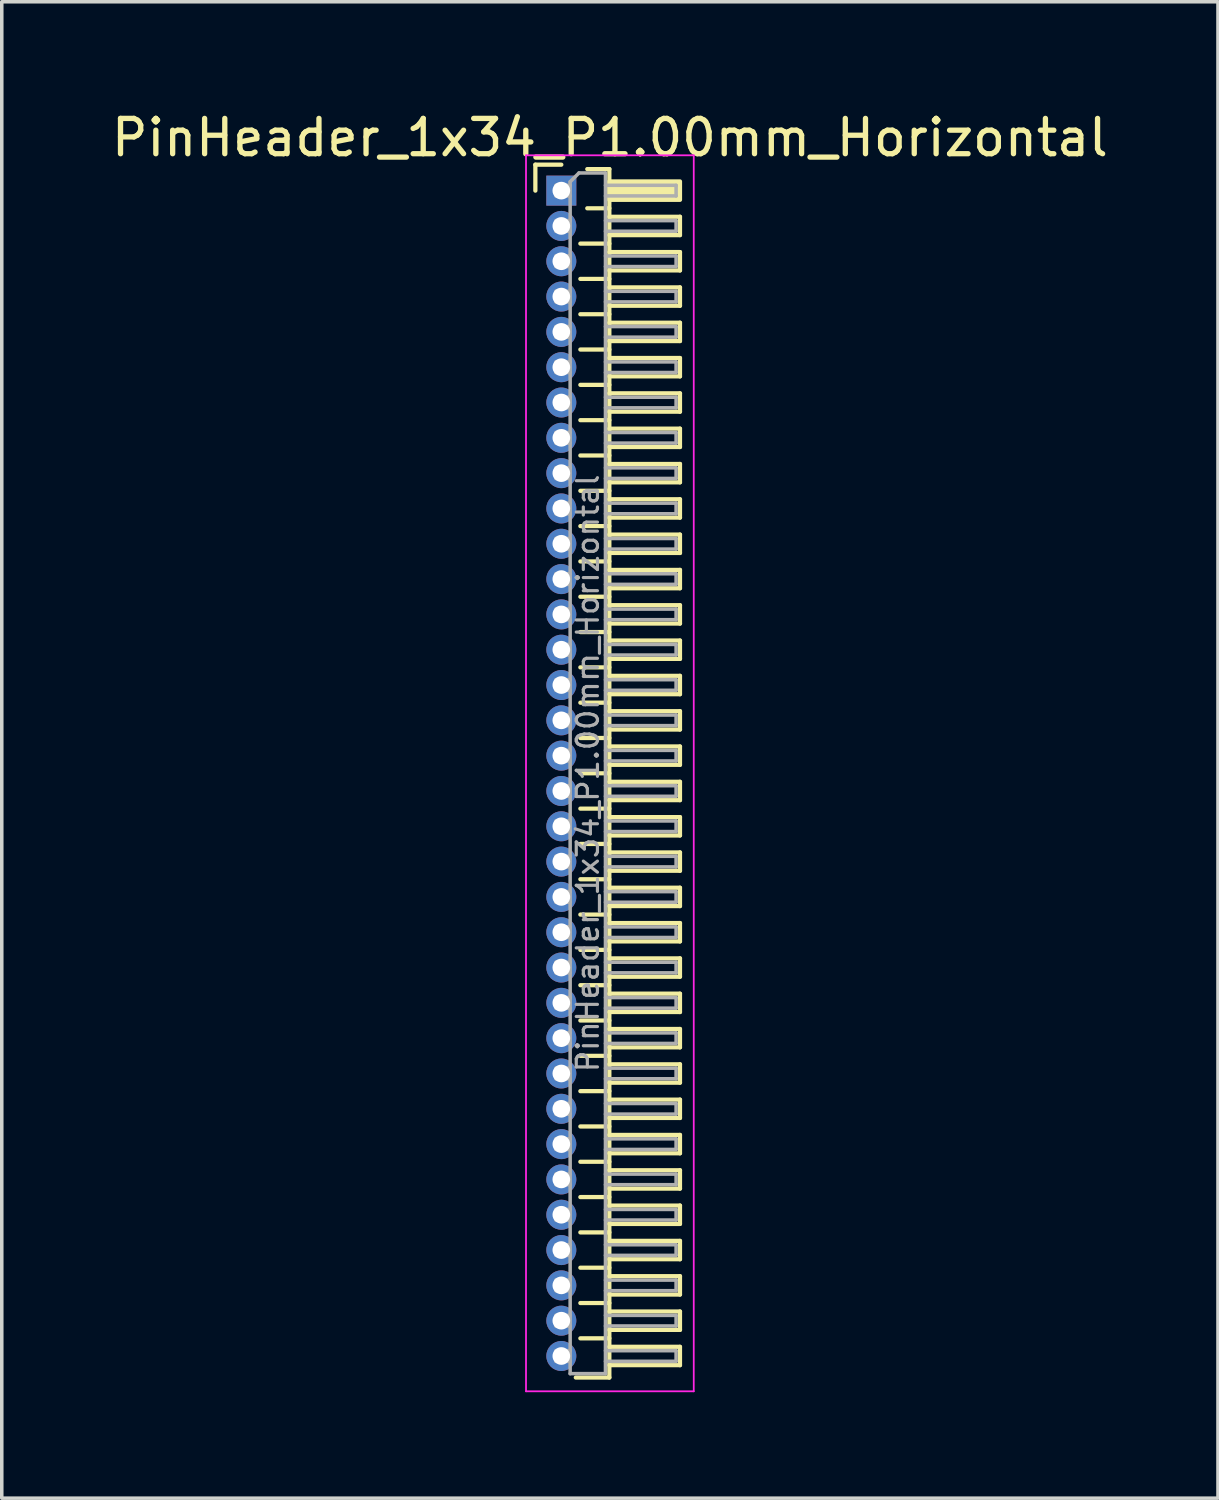
<source format=kicad_pcb>
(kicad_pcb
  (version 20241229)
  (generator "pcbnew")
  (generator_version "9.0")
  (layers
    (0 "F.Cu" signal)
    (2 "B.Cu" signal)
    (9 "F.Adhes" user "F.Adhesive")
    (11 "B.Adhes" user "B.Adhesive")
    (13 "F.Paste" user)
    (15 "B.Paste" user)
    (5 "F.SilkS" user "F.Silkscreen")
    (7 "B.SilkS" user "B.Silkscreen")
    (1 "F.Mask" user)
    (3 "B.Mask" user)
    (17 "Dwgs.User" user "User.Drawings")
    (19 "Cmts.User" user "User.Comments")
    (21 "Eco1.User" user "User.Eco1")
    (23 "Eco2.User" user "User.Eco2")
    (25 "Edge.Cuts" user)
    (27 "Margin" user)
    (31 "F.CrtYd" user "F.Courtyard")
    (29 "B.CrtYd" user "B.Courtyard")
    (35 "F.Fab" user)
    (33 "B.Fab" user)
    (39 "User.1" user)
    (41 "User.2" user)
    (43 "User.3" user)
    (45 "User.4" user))
  (footprint "PinHeader_1x34_P1.00mm_Horizontal"
    (layer "F.Cu")
    (at 12.845 2.348)
    (property "Reference" "PinHeader_1x34_P1.00mm_Horizontal" (at 1.375 -1.5 0) (layer "F.SilkS") (effects (font (size 1 1) (thickness 0.15))))
    (attr through_hole)
    (fp_line (start -0.735 -0.735) (end 0 -0.735) (stroke (width 0.12) (type solid)) (layer "F.SilkS"))
    (fp_line (start -0.735 0) (end -0.735 -0.735) (stroke (width 0.12) (type solid)) (layer "F.SilkS"))
    (fp_line (start 0.539 1.5) (end 1.36 1.5) (stroke (width 0.12) (type solid)) (layer "F.SilkS"))
    (fp_line (start 0.539 2.5) (end 1.36 2.5) (stroke (width 0.12) (type solid)) (layer "F.SilkS"))
    (fp_line (start 0.539 3.5) (end 1.36 3.5) (stroke (width 0.12) (type solid)) (layer "F.SilkS"))
    (fp_line (start 0.539 4.5) (end 1.36 4.5) (stroke (width 0.12) (type solid)) (layer "F.SilkS"))
    (fp_line (start 0.539 5.5) (end 1.36 5.5) (stroke (width 0.12) (type solid)) (layer "F.SilkS"))
    (fp_line (start 0.539 6.5) (end 1.36 6.5) (stroke (width 0.12) (type solid)) (layer "F.SilkS"))
    (fp_line (start 0.539 7.5) (end 1.36 7.5) (stroke (width 0.12) (type solid)) (layer "F.SilkS"))
    (fp_line (start 0.539 8.5) (end 1.36 8.5) (stroke (width 0.12) (type solid)) (layer "F.SilkS"))
    (fp_line (start 0.539 9.5) (end 1.36 9.5) (stroke (width 0.12) (type solid)) (layer "F.SilkS"))
    (fp_line (start 0.539 10.5) (end 1.36 10.5) (stroke (width 0.12) (type solid)) (layer "F.SilkS"))
    (fp_line (start 0.539 11.5) (end 1.36 11.5) (stroke (width 0.12) (type solid)) (layer "F.SilkS"))
    (fp_line (start 0.539 12.5) (end 1.36 12.5) (stroke (width 0.12) (type solid)) (layer "F.SilkS"))
    (fp_line (start 0.539 13.5) (end 1.36 13.5) (stroke (width 0.12) (type solid)) (layer "F.SilkS"))
    (fp_line (start 0.539 14.5) (end 1.36 14.5) (stroke (width 0.12) (type solid)) (layer "F.SilkS"))
    (fp_line (start 0.539 15.5) (end 1.36 15.5) (stroke (width 0.12) (type solid)) (layer "F.SilkS"))
    (fp_line (start 0.539 16.5) (end 1.36 16.5) (stroke (width 0.12) (type solid)) (layer "F.SilkS"))
    (fp_line (start 0.539 17.5) (end 1.36 17.5) (stroke (width 0.12) (type solid)) (layer "F.SilkS"))
    (fp_line (start 0.539 18.5) (end 1.36 18.5) (stroke (width 0.12) (type solid)) (layer "F.SilkS"))
    (fp_line (start 0.539 19.5) (end 1.36 19.5) (stroke (width 0.12) (type solid)) (layer "F.SilkS"))
    (fp_line (start 0.539 20.5) (end 1.36 20.5) (stroke (width 0.12) (type solid)) (layer "F.SilkS"))
    (fp_line (start 0.539 21.5) (end 1.36 21.5) (stroke (width 0.12) (type solid)) (layer "F.SilkS"))
    (fp_line (start 0.539 22.5) (end 1.36 22.5) (stroke (width 0.12) (type solid)) (layer "F.SilkS"))
    (fp_line (start 0.539 23.5) (end 1.36 23.5) (stroke (width 0.12) (type solid)) (layer "F.SilkS"))
    (fp_line (start 0.539 24.5) (end 1.36 24.5) (stroke (width 0.12) (type solid)) (layer "F.SilkS"))
    (fp_line (start 0.539 25.5) (end 1.36 25.5) (stroke (width 0.12) (type solid)) (layer "F.SilkS"))
    (fp_line (start 0.539 26.5) (end 1.36 26.5) (stroke (width 0.12) (type solid)) (layer "F.SilkS"))
    (fp_line (start 0.539 27.5) (end 1.36 27.5) (stroke (width 0.12) (type solid)) (layer "F.SilkS"))
    (fp_line (start 0.539 28.5) (end 1.36 28.5) (stroke (width 0.12) (type solid)) (layer "F.SilkS"))
    (fp_line (start 0.539 29.5) (end 1.36 29.5) (stroke (width 0.12) (type solid)) (layer "F.SilkS"))
    (fp_line (start 0.539 30.5) (end 1.36 30.5) (stroke (width 0.12) (type solid)) (layer "F.SilkS"))
    (fp_line (start 0.539 31.5) (end 1.36 31.5) (stroke (width 0.12) (type solid)) (layer "F.SilkS"))
    (fp_line (start 0.539 32.5) (end 1.36 32.5) (stroke (width 0.12) (type solid)) (layer "F.SilkS"))
    (fp_line (start 0.735 -0.61) (end 1.36 -0.61) (stroke (width 0.12) (type solid)) (layer "F.SilkS"))
    (fp_line (start 0.735 0.5) (end 1.36 0.5) (stroke (width 0.12) (type solid)) (layer "F.SilkS"))
    (fp_line (start 1.36 -0.61) (end 1.36 33.61) (stroke (width 0.12) (type solid)) (layer "F.SilkS"))
    (fp_line (start 1.36 0.74) (end 3.36 0.74) (stroke (width 0.12) (type solid)) (layer "F.SilkS"))
    (fp_line (start 1.36 1.74) (end 3.36 1.74) (stroke (width 0.12) (type solid)) (layer "F.SilkS"))
    (fp_line (start 1.36 2.74) (end 3.36 2.74) (stroke (width 0.12) (type solid)) (layer "F.SilkS"))
    (fp_line (start 1.36 3.74) (end 3.36 3.74) (stroke (width 0.12) (type solid)) (layer "F.SilkS"))
    (fp_line (start 1.36 4.74) (end 3.36 4.74) (stroke (width 0.12) (type solid)) (layer "F.SilkS"))
    (fp_line (start 1.36 5.74) (end 3.36 5.74) (stroke (width 0.12) (type solid)) (layer "F.SilkS"))
    (fp_line (start 1.36 6.74) (end 3.36 6.74) (stroke (width 0.12) (type solid)) (layer "F.SilkS"))
    (fp_line (start 1.36 7.74) (end 3.36 7.74) (stroke (width 0.12) (type solid)) (layer "F.SilkS"))
    (fp_line (start 1.36 8.74) (end 3.36 8.74) (stroke (width 0.12) (type solid)) (layer "F.SilkS"))
    (fp_line (start 1.36 9.74) (end 3.36 9.74) (stroke (width 0.12) (type solid)) (layer "F.SilkS"))
    (fp_line (start 1.36 10.74) (end 3.36 10.74) (stroke (width 0.12) (type solid)) (layer "F.SilkS"))
    (fp_line (start 1.36 11.74) (end 3.36 11.74) (stroke (width 0.12) (type solid)) (layer "F.SilkS"))
    (fp_line (start 1.36 12.74) (end 3.36 12.74) (stroke (width 0.12) (type solid)) (layer "F.SilkS"))
    (fp_line (start 1.36 13.74) (end 3.36 13.74) (stroke (width 0.12) (type solid)) (layer "F.SilkS"))
    (fp_line (start 1.36 14.74) (end 3.36 14.74) (stroke (width 0.12) (type solid)) (layer "F.SilkS"))
    (fp_line (start 1.36 15.74) (end 3.36 15.74) (stroke (width 0.12) (type solid)) (layer "F.SilkS"))
    (fp_line (start 1.36 16.74) (end 3.36 16.74) (stroke (width 0.12) (type solid)) (layer "F.SilkS"))
    (fp_line (start 1.36 17.74) (end 3.36 17.74) (stroke (width 0.12) (type solid)) (layer "F.SilkS"))
    (fp_line (start 1.36 18.74) (end 3.36 18.74) (stroke (width 0.12) (type solid)) (layer "F.SilkS"))
    (fp_line (start 1.36 19.74) (end 3.36 19.74) (stroke (width 0.12) (type solid)) (layer "F.SilkS"))
    (fp_line (start 1.36 20.74) (end 3.36 20.74) (stroke (width 0.12) (type solid)) (layer "F.SilkS"))
    (fp_line (start 1.36 21.74) (end 3.36 21.74) (stroke (width 0.12) (type solid)) (layer "F.SilkS"))
    (fp_line (start 1.36 22.74) (end 3.36 22.74) (stroke (width 0.12) (type solid)) (layer "F.SilkS"))
    (fp_line (start 1.36 23.74) (end 3.36 23.74) (stroke (width 0.12) (type solid)) (layer "F.SilkS"))
    (fp_line (start 1.36 24.74) (end 3.36 24.74) (stroke (width 0.12) (type solid)) (layer "F.SilkS"))
    (fp_line (start 1.36 25.74) (end 3.36 25.74) (stroke (width 0.12) (type solid)) (layer "F.SilkS"))
    (fp_line (start 1.36 26.74) (end 3.36 26.74) (stroke (width 0.12) (type solid)) (layer "F.SilkS"))
    (fp_line (start 1.36 27.74) (end 3.36 27.74) (stroke (width 0.12) (type solid)) (layer "F.SilkS"))
    (fp_line (start 1.36 28.74) (end 3.36 28.74) (stroke (width 0.12) (type solid)) (layer "F.SilkS"))
    (fp_line (start 1.36 29.74) (end 3.36 29.74) (stroke (width 0.12) (type solid)) (layer "F.SilkS"))
    (fp_line (start 1.36 30.74) (end 3.36 30.74) (stroke (width 0.12) (type solid)) (layer "F.SilkS"))
    (fp_line (start 1.36 31.74) (end 3.36 31.74) (stroke (width 0.12) (type solid)) (layer "F.SilkS"))
    (fp_line (start 1.36 32.74) (end 3.36 32.74) (stroke (width 0.12) (type solid)) (layer "F.SilkS"))
    (fp_line (start 1.36 33.61) (end 0.41 33.61) (stroke (width 0.12) (type solid)) (layer "F.SilkS"))
    (fp_line (start 3.36 0.74) (end 3.36 1.26) (stroke (width 0.12) (type solid)) (layer "F.SilkS"))
    (fp_line (start 3.36 1.26) (end 1.36 1.26) (stroke (width 0.12) (type solid)) (layer "F.SilkS"))
    (fp_line (start 3.36 1.74) (end 3.36 2.26) (stroke (width 0.12) (type solid)) (layer "F.SilkS"))
    (fp_line (start 3.36 2.26) (end 1.36 2.26) (stroke (width 0.12) (type solid)) (layer "F.SilkS"))
    (fp_line (start 3.36 2.74) (end 3.36 3.26) (stroke (width 0.12) (type solid)) (layer "F.SilkS"))
    (fp_line (start 3.36 3.26) (end 1.36 3.26) (stroke (width 0.12) (type solid)) (layer "F.SilkS"))
    (fp_line (start 3.36 3.74) (end 3.36 4.26) (stroke (width 0.12) (type solid)) (layer "F.SilkS"))
    (fp_line (start 3.36 4.26) (end 1.36 4.26) (stroke (width 0.12) (type solid)) (layer "F.SilkS"))
    (fp_line (start 3.36 4.74) (end 3.36 5.26) (stroke (width 0.12) (type solid)) (layer "F.SilkS"))
    (fp_line (start 3.36 5.26) (end 1.36 5.26) (stroke (width 0.12) (type solid)) (layer "F.SilkS"))
    (fp_line (start 3.36 5.74) (end 3.36 6.26) (stroke (width 0.12) (type solid)) (layer "F.SilkS"))
    (fp_line (start 3.36 6.26) (end 1.36 6.26) (stroke (width 0.12) (type solid)) (layer "F.SilkS"))
    (fp_line (start 3.36 6.74) (end 3.36 7.26) (stroke (width 0.12) (type solid)) (layer "F.SilkS"))
    (fp_line (start 3.36 7.26) (end 1.36 7.26) (stroke (width 0.12) (type solid)) (layer "F.SilkS"))
    (fp_line (start 3.36 7.74) (end 3.36 8.26) (stroke (width 0.12) (type solid)) (layer "F.SilkS"))
    (fp_line (start 3.36 8.26) (end 1.36 8.26) (stroke (width 0.12) (type solid)) (layer "F.SilkS"))
    (fp_line (start 3.36 8.74) (end 3.36 9.26) (stroke (width 0.12) (type solid)) (layer "F.SilkS"))
    (fp_line (start 3.36 9.26) (end 1.36 9.26) (stroke (width 0.12) (type solid)) (layer "F.SilkS"))
    (fp_line (start 3.36 9.74) (end 3.36 10.26) (stroke (width 0.12) (type solid)) (layer "F.SilkS"))
    (fp_line (start 3.36 10.26) (end 1.36 10.26) (stroke (width 0.12) (type solid)) (layer "F.SilkS"))
    (fp_line (start 3.36 10.74) (end 3.36 11.26) (stroke (width 0.12) (type solid)) (layer "F.SilkS"))
    (fp_line (start 3.36 11.26) (end 1.36 11.26) (stroke (width 0.12) (type solid)) (layer "F.SilkS"))
    (fp_line (start 3.36 11.74) (end 3.36 12.26) (stroke (width 0.12) (type solid)) (layer "F.SilkS"))
    (fp_line (start 3.36 12.26) (end 1.36 12.26) (stroke (width 0.12) (type solid)) (layer "F.SilkS"))
    (fp_line (start 3.36 12.74) (end 3.36 13.26) (stroke (width 0.12) (type solid)) (layer "F.SilkS"))
    (fp_line (start 3.36 13.26) (end 1.36 13.26) (stroke (width 0.12) (type solid)) (layer "F.SilkS"))
    (fp_line (start 3.36 13.74) (end 3.36 14.26) (stroke (width 0.12) (type solid)) (layer "F.SilkS"))
    (fp_line (start 3.36 14.26) (end 1.36 14.26) (stroke (width 0.12) (type solid)) (layer "F.SilkS"))
    (fp_line (start 3.36 14.74) (end 3.36 15.26) (stroke (width 0.12) (type solid)) (layer "F.SilkS"))
    (fp_line (start 3.36 15.26) (end 1.36 15.26) (stroke (width 0.12) (type solid)) (layer "F.SilkS"))
    (fp_line (start 3.36 15.74) (end 3.36 16.26) (stroke (width 0.12) (type solid)) (layer "F.SilkS"))
    (fp_line (start 3.36 16.26) (end 1.36 16.26) (stroke (width 0.12) (type solid)) (layer "F.SilkS"))
    (fp_line (start 3.36 16.74) (end 3.36 17.26) (stroke (width 0.12) (type solid)) (layer "F.SilkS"))
    (fp_line (start 3.36 17.26) (end 1.36 17.26) (stroke (width 0.12) (type solid)) (layer "F.SilkS"))
    (fp_line (start 3.36 17.74) (end 3.36 18.26) (stroke (width 0.12) (type solid)) (layer "F.SilkS"))
    (fp_line (start 3.36 18.26) (end 1.36 18.26) (stroke (width 0.12) (type solid)) (layer "F.SilkS"))
    (fp_line (start 3.36 18.74) (end 3.36 19.26) (stroke (width 0.12) (type solid)) (layer "F.SilkS"))
    (fp_line (start 3.36 19.26) (end 1.36 19.26) (stroke (width 0.12) (type solid)) (layer "F.SilkS"))
    (fp_line (start 3.36 19.74) (end 3.36 20.26) (stroke (width 0.12) (type solid)) (layer "F.SilkS"))
    (fp_line (start 3.36 20.26) (end 1.36 20.26) (stroke (width 0.12) (type solid)) (layer "F.SilkS"))
    (fp_line (start 3.36 20.74) (end 3.36 21.26) (stroke (width 0.12) (type solid)) (layer "F.SilkS"))
    (fp_line (start 3.36 21.26) (end 1.36 21.26) (stroke (width 0.12) (type solid)) (layer "F.SilkS"))
    (fp_line (start 3.36 21.74) (end 3.36 22.26) (stroke (width 0.12) (type solid)) (layer "F.SilkS"))
    (fp_line (start 3.36 22.26) (end 1.36 22.26) (stroke (width 0.12) (type solid)) (layer "F.SilkS"))
    (fp_line (start 3.36 22.74) (end 3.36 23.26) (stroke (width 0.12) (type solid)) (layer "F.SilkS"))
    (fp_line (start 3.36 23.26) (end 1.36 23.26) (stroke (width 0.12) (type solid)) (layer "F.SilkS"))
    (fp_line (start 3.36 23.74) (end 3.36 24.26) (stroke (width 0.12) (type solid)) (layer "F.SilkS"))
    (fp_line (start 3.36 24.26) (end 1.36 24.26) (stroke (width 0.12) (type solid)) (layer "F.SilkS"))
    (fp_line (start 3.36 24.74) (end 3.36 25.26) (stroke (width 0.12) (type solid)) (layer "F.SilkS"))
    (fp_line (start 3.36 25.26) (end 1.36 25.26) (stroke (width 0.12) (type solid)) (layer "F.SilkS"))
    (fp_line (start 3.36 25.74) (end 3.36 26.26) (stroke (width 0.12) (type solid)) (layer "F.SilkS"))
    (fp_line (start 3.36 26.26) (end 1.36 26.26) (stroke (width 0.12) (type solid)) (layer "F.SilkS"))
    (fp_line (start 3.36 26.74) (end 3.36 27.26) (stroke (width 0.12) (type solid)) (layer "F.SilkS"))
    (fp_line (start 3.36 27.26) (end 1.36 27.26) (stroke (width 0.12) (type solid)) (layer "F.SilkS"))
    (fp_line (start 3.36 27.74) (end 3.36 28.26) (stroke (width 0.12) (type solid)) (layer "F.SilkS"))
    (fp_line (start 3.36 28.26) (end 1.36 28.26) (stroke (width 0.12) (type solid)) (layer "F.SilkS"))
    (fp_line (start 3.36 28.74) (end 3.36 29.26) (stroke (width 0.12) (type solid)) (layer "F.SilkS"))
    (fp_line (start 3.36 29.26) (end 1.36 29.26) (stroke (width 0.12) (type solid)) (layer "F.SilkS"))
    (fp_line (start 3.36 29.74) (end 3.36 30.26) (stroke (width 0.12) (type solid)) (layer "F.SilkS"))
    (fp_line (start 3.36 30.26) (end 1.36 30.26) (stroke (width 0.12) (type solid)) (layer "F.SilkS"))
    (fp_line (start 3.36 30.74) (end 3.36 31.26) (stroke (width 0.12) (type solid)) (layer "F.SilkS"))
    (fp_line (start 3.36 31.26) (end 1.36 31.26) (stroke (width 0.12) (type solid)) (layer "F.SilkS"))
    (fp_line (start 3.36 31.74) (end 3.36 32.26) (stroke (width 0.12) (type solid)) (layer "F.SilkS"))
    (fp_line (start 3.36 32.26) (end 1.36 32.26) (stroke (width 0.12) (type solid)) (layer "F.SilkS"))
    (fp_line (start 3.36 32.74) (end 3.36 33.26) (stroke (width 0.12) (type solid)) (layer "F.SilkS"))
    (fp_line (start 3.36 33.26) (end 1.36 33.26) (stroke (width 0.12) (type solid)) (layer "F.SilkS"))
    (fp_rect (start 1.36 -0.26) (end 3.36 0.26) (stroke (width 0.12) (type solid)) (fill yes) (layer "F.SilkS"))
    (fp_line (start -1 -1) (end -1 34) (stroke (width 0.05) (type solid)) (layer "F.CrtYd"))
    (fp_line (start -1 34) (end 3.75 34) (stroke (width 0.05) (type solid)) (layer "F.CrtYd"))
    (fp_line (start 3.75 -1) (end -1 -1) (stroke (width 0.05) (type solid)) (layer "F.CrtYd"))
    (fp_line (start 3.75 34) (end 3.75 -1) (stroke (width 0.05) (type solid)) (layer "F.CrtYd"))
    (fp_line (start -0.15 -0.15) (end -0.15 0.15) (stroke (width 0.1) (type solid)) (layer "F.Fab"))
    (fp_line (start -0.15 -0.15) (end 0.25 -0.15) (stroke (width 0.1) (type solid)) (layer "F.Fab"))
    (fp_line (start -0.15 0.15) (end 0.25 0.15) (stroke (width 0.1) (type solid)) (layer "F.Fab"))
    (fp_line (start -0.15 0.85) (end -0.15 1.15) (stroke (width 0.1) (type solid)) (layer "F.Fab"))
    (fp_line (start -0.15 0.85) (end 0.25 0.85) (stroke (width 0.1) (type solid)) (layer "F.Fab"))
    (fp_line (start -0.15 1.15) (end 0.25 1.15) (stroke (width 0.1) (type solid)) (layer "F.Fab"))
    (fp_line (start -0.15 1.85) (end -0.15 2.15) (stroke (width 0.1) (type solid)) (layer "F.Fab"))
    (fp_line (start -0.15 1.85) (end 0.25 1.85) (stroke (width 0.1) (type solid)) (layer "F.Fab"))
    (fp_line (start -0.15 2.15) (end 0.25 2.15) (stroke (width 0.1) (type solid)) (layer "F.Fab"))
    (fp_line (start -0.15 2.85) (end -0.15 3.15) (stroke (width 0.1) (type solid)) (layer "F.Fab"))
    (fp_line (start -0.15 2.85) (end 0.25 2.85) (stroke (width 0.1) (type solid)) (layer "F.Fab"))
    (fp_line (start -0.15 3.15) (end 0.25 3.15) (stroke (width 0.1) (type solid)) (layer "F.Fab"))
    (fp_line (start -0.15 3.85) (end -0.15 4.15) (stroke (width 0.1) (type solid)) (layer "F.Fab"))
    (fp_line (start -0.15 3.85) (end 0.25 3.85) (stroke (width 0.1) (type solid)) (layer "F.Fab"))
    (fp_line (start -0.15 4.15) (end 0.25 4.15) (stroke (width 0.1) (type solid)) (layer "F.Fab"))
    (fp_line (start -0.15 4.85) (end -0.15 5.15) (stroke (width 0.1) (type solid)) (layer "F.Fab"))
    (fp_line (start -0.15 4.85) (end 0.25 4.85) (stroke (width 0.1) (type solid)) (layer "F.Fab"))
    (fp_line (start -0.15 5.15) (end 0.25 5.15) (stroke (width 0.1) (type solid)) (layer "F.Fab"))
    (fp_line (start -0.15 5.85) (end -0.15 6.15) (stroke (width 0.1) (type solid)) (layer "F.Fab"))
    (fp_line (start -0.15 5.85) (end 0.25 5.85) (stroke (width 0.1) (type solid)) (layer "F.Fab"))
    (fp_line (start -0.15 6.15) (end 0.25 6.15) (stroke (width 0.1) (type solid)) (layer "F.Fab"))
    (fp_line (start -0.15 6.85) (end -0.15 7.15) (stroke (width 0.1) (type solid)) (layer "F.Fab"))
    (fp_line (start -0.15 6.85) (end 0.25 6.85) (stroke (width 0.1) (type solid)) (layer "F.Fab"))
    (fp_line (start -0.15 7.15) (end 0.25 7.15) (stroke (width 0.1) (type solid)) (layer "F.Fab"))
    (fp_line (start -0.15 7.85) (end -0.15 8.15) (stroke (width 0.1) (type solid)) (layer "F.Fab"))
    (fp_line (start -0.15 7.85) (end 0.25 7.85) (stroke (width 0.1) (type solid)) (layer "F.Fab"))
    (fp_line (start -0.15 8.15) (end 0.25 8.15) (stroke (width 0.1) (type solid)) (layer "F.Fab"))
    (fp_line (start -0.15 8.85) (end -0.15 9.15) (stroke (width 0.1) (type solid)) (layer "F.Fab"))
    (fp_line (start -0.15 8.85) (end 0.25 8.85) (stroke (width 0.1) (type solid)) (layer "F.Fab"))
    (fp_line (start -0.15 9.15) (end 0.25 9.15) (stroke (width 0.1) (type solid)) (layer "F.Fab"))
    (fp_line (start -0.15 9.85) (end -0.15 10.15) (stroke (width 0.1) (type solid)) (layer "F.Fab"))
    (fp_line (start -0.15 9.85) (end 0.25 9.85) (stroke (width 0.1) (type solid)) (layer "F.Fab"))
    (fp_line (start -0.15 10.15) (end 0.25 10.15) (stroke (width 0.1) (type solid)) (layer "F.Fab"))
    (fp_line (start -0.15 10.85) (end -0.15 11.15) (stroke (width 0.1) (type solid)) (layer "F.Fab"))
    (fp_line (start -0.15 10.85) (end 0.25 10.85) (stroke (width 0.1) (type solid)) (layer "F.Fab"))
    (fp_line (start -0.15 11.15) (end 0.25 11.15) (stroke (width 0.1) (type solid)) (layer "F.Fab"))
    (fp_line (start -0.15 11.85) (end -0.15 12.15) (stroke (width 0.1) (type solid)) (layer "F.Fab"))
    (fp_line (start -0.15 11.85) (end 0.25 11.85) (stroke (width 0.1) (type solid)) (layer "F.Fab"))
    (fp_line (start -0.15 12.15) (end 0.25 12.15) (stroke (width 0.1) (type solid)) (layer "F.Fab"))
    (fp_line (start -0.15 12.85) (end -0.15 13.15) (stroke (width 0.1) (type solid)) (layer "F.Fab"))
    (fp_line (start -0.15 12.85) (end 0.25 12.85) (stroke (width 0.1) (type solid)) (layer "F.Fab"))
    (fp_line (start -0.15 13.15) (end 0.25 13.15) (stroke (width 0.1) (type solid)) (layer "F.Fab"))
    (fp_line (start -0.15 13.85) (end -0.15 14.15) (stroke (width 0.1) (type solid)) (layer "F.Fab"))
    (fp_line (start -0.15 13.85) (end 0.25 13.85) (stroke (width 0.1) (type solid)) (layer "F.Fab"))
    (fp_line (start -0.15 14.15) (end 0.25 14.15) (stroke (width 0.1) (type solid)) (layer "F.Fab"))
    (fp_line (start -0.15 14.85) (end -0.15 15.15) (stroke (width 0.1) (type solid)) (layer "F.Fab"))
    (fp_line (start -0.15 14.85) (end 0.25 14.85) (stroke (width 0.1) (type solid)) (layer "F.Fab"))
    (fp_line (start -0.15 15.15) (end 0.25 15.15) (stroke (width 0.1) (type solid)) (layer "F.Fab"))
    (fp_line (start -0.15 15.85) (end -0.15 16.15) (stroke (width 0.1) (type solid)) (layer "F.Fab"))
    (fp_line (start -0.15 15.85) (end 0.25 15.85) (stroke (width 0.1) (type solid)) (layer "F.Fab"))
    (fp_line (start -0.15 16.15) (end 0.25 16.15) (stroke (width 0.1) (type solid)) (layer "F.Fab"))
    (fp_line (start -0.15 16.85) (end -0.15 17.15) (stroke (width 0.1) (type solid)) (layer "F.Fab"))
    (fp_line (start -0.15 16.85) (end 0.25 16.85) (stroke (width 0.1) (type solid)) (layer "F.Fab"))
    (fp_line (start -0.15 17.15) (end 0.25 17.15) (stroke (width 0.1) (type solid)) (layer "F.Fab"))
    (fp_line (start -0.15 17.85) (end -0.15 18.15) (stroke (width 0.1) (type solid)) (layer "F.Fab"))
    (fp_line (start -0.15 17.85) (end 0.25 17.85) (stroke (width 0.1) (type solid)) (layer "F.Fab"))
    (fp_line (start -0.15 18.15) (end 0.25 18.15) (stroke (width 0.1) (type solid)) (layer "F.Fab"))
    (fp_line (start -0.15 18.85) (end -0.15 19.15) (stroke (width 0.1) (type solid)) (layer "F.Fab"))
    (fp_line (start -0.15 18.85) (end 0.25 18.85) (stroke (width 0.1) (type solid)) (layer "F.Fab"))
    (fp_line (start -0.15 19.15) (end 0.25 19.15) (stroke (width 0.1) (type solid)) (layer "F.Fab"))
    (fp_line (start -0.15 19.85) (end -0.15 20.15) (stroke (width 0.1) (type solid)) (layer "F.Fab"))
    (fp_line (start -0.15 19.85) (end 0.25 19.85) (stroke (width 0.1) (type solid)) (layer "F.Fab"))
    (fp_line (start -0.15 20.15) (end 0.25 20.15) (stroke (width 0.1) (type solid)) (layer "F.Fab"))
    (fp_line (start -0.15 20.85) (end -0.15 21.15) (stroke (width 0.1) (type solid)) (layer "F.Fab"))
    (fp_line (start -0.15 20.85) (end 0.25 20.85) (stroke (width 0.1) (type solid)) (layer "F.Fab"))
    (fp_line (start -0.15 21.15) (end 0.25 21.15) (stroke (width 0.1) (type solid)) (layer "F.Fab"))
    (fp_line (start -0.15 21.85) (end -0.15 22.15) (stroke (width 0.1) (type solid)) (layer "F.Fab"))
    (fp_line (start -0.15 21.85) (end 0.25 21.85) (stroke (width 0.1) (type solid)) (layer "F.Fab"))
    (fp_line (start -0.15 22.15) (end 0.25 22.15) (stroke (width 0.1) (type solid)) (layer "F.Fab"))
    (fp_line (start -0.15 22.85) (end -0.15 23.15) (stroke (width 0.1) (type solid)) (layer "F.Fab"))
    (fp_line (start -0.15 22.85) (end 0.25 22.85) (stroke (width 0.1) (type solid)) (layer "F.Fab"))
    (fp_line (start -0.15 23.15) (end 0.25 23.15) (stroke (width 0.1) (type solid)) (layer "F.Fab"))
    (fp_line (start -0.15 23.85) (end -0.15 24.15) (stroke (width 0.1) (type solid)) (layer "F.Fab"))
    (fp_line (start -0.15 23.85) (end 0.25 23.85) (stroke (width 0.1) (type solid)) (layer "F.Fab"))
    (fp_line (start -0.15 24.15) (end 0.25 24.15) (stroke (width 0.1) (type solid)) (layer "F.Fab"))
    (fp_line (start -0.15 24.85) (end -0.15 25.15) (stroke (width 0.1) (type solid)) (layer "F.Fab"))
    (fp_line (start -0.15 24.85) (end 0.25 24.85) (stroke (width 0.1) (type solid)) (layer "F.Fab"))
    (fp_line (start -0.15 25.15) (end 0.25 25.15) (stroke (width 0.1) (type solid)) (layer "F.Fab"))
    (fp_line (start -0.15 25.85) (end -0.15 26.15) (stroke (width 0.1) (type solid)) (layer "F.Fab"))
    (fp_line (start -0.15 25.85) (end 0.25 25.85) (stroke (width 0.1) (type solid)) (layer "F.Fab"))
    (fp_line (start -0.15 26.15) (end 0.25 26.15) (stroke (width 0.1) (type solid)) (layer "F.Fab"))
    (fp_line (start -0.15 26.85) (end -0.15 27.15) (stroke (width 0.1) (type solid)) (layer "F.Fab"))
    (fp_line (start -0.15 26.85) (end 0.25 26.85) (stroke (width 0.1) (type solid)) (layer "F.Fab"))
    (fp_line (start -0.15 27.15) (end 0.25 27.15) (stroke (width 0.1) (type solid)) (layer "F.Fab"))
    (fp_line (start -0.15 27.85) (end -0.15 28.15) (stroke (width 0.1) (type solid)) (layer "F.Fab"))
    (fp_line (start -0.15 27.85) (end 0.25 27.85) (stroke (width 0.1) (type solid)) (layer "F.Fab"))
    (fp_line (start -0.15 28.15) (end 0.25 28.15) (stroke (width 0.1) (type solid)) (layer "F.Fab"))
    (fp_line (start -0.15 28.85) (end -0.15 29.15) (stroke (width 0.1) (type solid)) (layer "F.Fab"))
    (fp_line (start -0.15 28.85) (end 0.25 28.85) (stroke (width 0.1) (type solid)) (layer "F.Fab"))
    (fp_line (start -0.15 29.15) (end 0.25 29.15) (stroke (width 0.1) (type solid)) (layer "F.Fab"))
    (fp_line (start -0.15 29.85) (end -0.15 30.15) (stroke (width 0.1) (type solid)) (layer "F.Fab"))
    (fp_line (start -0.15 29.85) (end 0.25 29.85) (stroke (width 0.1) (type solid)) (layer "F.Fab"))
    (fp_line (start -0.15 30.15) (end 0.25 30.15) (stroke (width 0.1) (type solid)) (layer "F.Fab"))
    (fp_line (start -0.15 30.85) (end -0.15 31.15) (stroke (width 0.1) (type solid)) (layer "F.Fab"))
    (fp_line (start -0.15 30.85) (end 0.25 30.85) (stroke (width 0.1) (type solid)) (layer "F.Fab"))
    (fp_line (start -0.15 31.15) (end 0.25 31.15) (stroke (width 0.1) (type solid)) (layer "F.Fab"))
    (fp_line (start -0.15 31.85) (end -0.15 32.15) (stroke (width 0.1) (type solid)) (layer "F.Fab"))
    (fp_line (start -0.15 31.85) (end 0.25 31.85) (stroke (width 0.1) (type solid)) (layer "F.Fab"))
    (fp_line (start -0.15 32.15) (end 0.25 32.15) (stroke (width 0.1) (type solid)) (layer "F.Fab"))
    (fp_line (start -0.15 32.85) (end -0.15 33.15) (stroke (width 0.1) (type solid)) (layer "F.Fab"))
    (fp_line (start -0.15 32.85) (end 0.25 32.85) (stroke (width 0.1) (type solid)) (layer "F.Fab"))
    (fp_line (start -0.15 33.15) (end 0.25 33.15) (stroke (width 0.1) (type solid)) (layer "F.Fab"))
    (fp_line (start 0.25 -0.25) (end 0.5 -0.5) (stroke (width 0.1) (type solid)) (layer "F.Fab"))
    (fp_line (start 0.25 33.5) (end 0.25 -0.25) (stroke (width 0.1) (type solid)) (layer "F.Fab"))
    (fp_line (start 0.5 -0.5) (end 1.25 -0.5) (stroke (width 0.1) (type solid)) (layer "F.Fab"))
    (fp_line (start 1.25 -0.5) (end 1.25 33.5) (stroke (width 0.1) (type solid)) (layer "F.Fab"))
    (fp_line (start 1.25 -0.15) (end 3.25 -0.15) (stroke (width 0.1) (type solid)) (layer "F.Fab"))
    (fp_line (start 1.25 0.15) (end 3.25 0.15) (stroke (width 0.1) (type solid)) (layer "F.Fab"))
    (fp_line (start 1.25 0.85) (end 3.25 0.85) (stroke (width 0.1) (type solid)) (layer "F.Fab"))
    (fp_line (start 1.25 1.15) (end 3.25 1.15) (stroke (width 0.1) (type solid)) (layer "F.Fab"))
    (fp_line (start 1.25 1.85) (end 3.25 1.85) (stroke (width 0.1) (type solid)) (layer "F.Fab"))
    (fp_line (start 1.25 2.15) (end 3.25 2.15) (stroke (width 0.1) (type solid)) (layer "F.Fab"))
    (fp_line (start 1.25 2.85) (end 3.25 2.85) (stroke (width 0.1) (type solid)) (layer "F.Fab"))
    (fp_line (start 1.25 3.15) (end 3.25 3.15) (stroke (width 0.1) (type solid)) (layer "F.Fab"))
    (fp_line (start 1.25 3.85) (end 3.25 3.85) (stroke (width 0.1) (type solid)) (layer "F.Fab"))
    (fp_line (start 1.25 4.15) (end 3.25 4.15) (stroke (width 0.1) (type solid)) (layer "F.Fab"))
    (fp_line (start 1.25 4.85) (end 3.25 4.85) (stroke (width 0.1) (type solid)) (layer "F.Fab"))
    (fp_line (start 1.25 5.15) (end 3.25 5.15) (stroke (width 0.1) (type solid)) (layer "F.Fab"))
    (fp_line (start 1.25 5.85) (end 3.25 5.85) (stroke (width 0.1) (type solid)) (layer "F.Fab"))
    (fp_line (start 1.25 6.15) (end 3.25 6.15) (stroke (width 0.1) (type solid)) (layer "F.Fab"))
    (fp_line (start 1.25 6.85) (end 3.25 6.85) (stroke (width 0.1) (type solid)) (layer "F.Fab"))
    (fp_line (start 1.25 7.15) (end 3.25 7.15) (stroke (width 0.1) (type solid)) (layer "F.Fab"))
    (fp_line (start 1.25 7.85) (end 3.25 7.85) (stroke (width 0.1) (type solid)) (layer "F.Fab"))
    (fp_line (start 1.25 8.15) (end 3.25 8.15) (stroke (width 0.1) (type solid)) (layer "F.Fab"))
    (fp_line (start 1.25 8.85) (end 3.25 8.85) (stroke (width 0.1) (type solid)) (layer "F.Fab"))
    (fp_line (start 1.25 9.15) (end 3.25 9.15) (stroke (width 0.1) (type solid)) (layer "F.Fab"))
    (fp_line (start 1.25 9.85) (end 3.25 9.85) (stroke (width 0.1) (type solid)) (layer "F.Fab"))
    (fp_line (start 1.25 10.15) (end 3.25 10.15) (stroke (width 0.1) (type solid)) (layer "F.Fab"))
    (fp_line (start 1.25 10.85) (end 3.25 10.85) (stroke (width 0.1) (type solid)) (layer "F.Fab"))
    (fp_line (start 1.25 11.15) (end 3.25 11.15) (stroke (width 0.1) (type solid)) (layer "F.Fab"))
    (fp_line (start 1.25 11.85) (end 3.25 11.85) (stroke (width 0.1) (type solid)) (layer "F.Fab"))
    (fp_line (start 1.25 12.15) (end 3.25 12.15) (stroke (width 0.1) (type solid)) (layer "F.Fab"))
    (fp_line (start 1.25 12.85) (end 3.25 12.85) (stroke (width 0.1) (type solid)) (layer "F.Fab"))
    (fp_line (start 1.25 13.15) (end 3.25 13.15) (stroke (width 0.1) (type solid)) (layer "F.Fab"))
    (fp_line (start 1.25 13.85) (end 3.25 13.85) (stroke (width 0.1) (type solid)) (layer "F.Fab"))
    (fp_line (start 1.25 14.15) (end 3.25 14.15) (stroke (width 0.1) (type solid)) (layer "F.Fab"))
    (fp_line (start 1.25 14.85) (end 3.25 14.85) (stroke (width 0.1) (type solid)) (layer "F.Fab"))
    (fp_line (start 1.25 15.15) (end 3.25 15.15) (stroke (width 0.1) (type solid)) (layer "F.Fab"))
    (fp_line (start 1.25 15.85) (end 3.25 15.85) (stroke (width 0.1) (type solid)) (layer "F.Fab"))
    (fp_line (start 1.25 16.15) (end 3.25 16.15) (stroke (width 0.1) (type solid)) (layer "F.Fab"))
    (fp_line (start 1.25 16.85) (end 3.25 16.85) (stroke (width 0.1) (type solid)) (layer "F.Fab"))
    (fp_line (start 1.25 17.15) (end 3.25 17.15) (stroke (width 0.1) (type solid)) (layer "F.Fab"))
    (fp_line (start 1.25 17.85) (end 3.25 17.85) (stroke (width 0.1) (type solid)) (layer "F.Fab"))
    (fp_line (start 1.25 18.15) (end 3.25 18.15) (stroke (width 0.1) (type solid)) (layer "F.Fab"))
    (fp_line (start 1.25 18.85) (end 3.25 18.85) (stroke (width 0.1) (type solid)) (layer "F.Fab"))
    (fp_line (start 1.25 19.15) (end 3.25 19.15) (stroke (width 0.1) (type solid)) (layer "F.Fab"))
    (fp_line (start 1.25 19.85) (end 3.25 19.85) (stroke (width 0.1) (type solid)) (layer "F.Fab"))
    (fp_line (start 1.25 20.15) (end 3.25 20.15) (stroke (width 0.1) (type solid)) (layer "F.Fab"))
    (fp_line (start 1.25 20.85) (end 3.25 20.85) (stroke (width 0.1) (type solid)) (layer "F.Fab"))
    (fp_line (start 1.25 21.15) (end 3.25 21.15) (stroke (width 0.1) (type solid)) (layer "F.Fab"))
    (fp_line (start 1.25 21.85) (end 3.25 21.85) (stroke (width 0.1) (type solid)) (layer "F.Fab"))
    (fp_line (start 1.25 22.15) (end 3.25 22.15) (stroke (width 0.1) (type solid)) (layer "F.Fab"))
    (fp_line (start 1.25 22.85) (end 3.25 22.85) (stroke (width 0.1) (type solid)) (layer "F.Fab"))
    (fp_line (start 1.25 23.15) (end 3.25 23.15) (stroke (width 0.1) (type solid)) (layer "F.Fab"))
    (fp_line (start 1.25 23.85) (end 3.25 23.85) (stroke (width 0.1) (type solid)) (layer "F.Fab"))
    (fp_line (start 1.25 24.15) (end 3.25 24.15) (stroke (width 0.1) (type solid)) (layer "F.Fab"))
    (fp_line (start 1.25 24.85) (end 3.25 24.85) (stroke (width 0.1) (type solid)) (layer "F.Fab"))
    (fp_line (start 1.25 25.15) (end 3.25 25.15) (stroke (width 0.1) (type solid)) (layer "F.Fab"))
    (fp_line (start 1.25 25.85) (end 3.25 25.85) (stroke (width 0.1) (type solid)) (layer "F.Fab"))
    (fp_line (start 1.25 26.15) (end 3.25 26.15) (stroke (width 0.1) (type solid)) (layer "F.Fab"))
    (fp_line (start 1.25 26.85) (end 3.25 26.85) (stroke (width 0.1) (type solid)) (layer "F.Fab"))
    (fp_line (start 1.25 27.15) (end 3.25 27.15) (stroke (width 0.1) (type solid)) (layer "F.Fab"))
    (fp_line (start 1.25 27.85) (end 3.25 27.85) (stroke (width 0.1) (type solid)) (layer "F.Fab"))
    (fp_line (start 1.25 28.15) (end 3.25 28.15) (stroke (width 0.1) (type solid)) (layer "F.Fab"))
    (fp_line (start 1.25 28.85) (end 3.25 28.85) (stroke (width 0.1) (type solid)) (layer "F.Fab"))
    (fp_line (start 1.25 29.15) (end 3.25 29.15) (stroke (width 0.1) (type solid)) (layer "F.Fab"))
    (fp_line (start 1.25 29.85) (end 3.25 29.85) (stroke (width 0.1) (type solid)) (layer "F.Fab"))
    (fp_line (start 1.25 30.15) (end 3.25 30.15) (stroke (width 0.1) (type solid)) (layer "F.Fab"))
    (fp_line (start 1.25 30.85) (end 3.25 30.85) (stroke (width 0.1) (type solid)) (layer "F.Fab"))
    (fp_line (start 1.25 31.15) (end 3.25 31.15) (stroke (width 0.1) (type solid)) (layer "F.Fab"))
    (fp_line (start 1.25 31.85) (end 3.25 31.85) (stroke (width 0.1) (type solid)) (layer "F.Fab"))
    (fp_line (start 1.25 32.15) (end 3.25 32.15) (stroke (width 0.1) (type solid)) (layer "F.Fab"))
    (fp_line (start 1.25 32.85) (end 3.25 32.85) (stroke (width 0.1) (type solid)) (layer "F.Fab"))
    (fp_line (start 1.25 33.15) (end 3.25 33.15) (stroke (width 0.1) (type solid)) (layer "F.Fab"))
    (fp_line (start 1.25 33.5) (end 0.25 33.5) (stroke (width 0.1) (type solid)) (layer "F.Fab"))
    (fp_line (start 3.25 -0.15) (end 3.25 0.15) (stroke (width 0.1) (type solid)) (layer "F.Fab"))
    (fp_line (start 3.25 0.85) (end 3.25 1.15) (stroke (width 0.1) (type solid)) (layer "F.Fab"))
    (fp_line (start 3.25 1.85) (end 3.25 2.15) (stroke (width 0.1) (type solid)) (layer "F.Fab"))
    (fp_line (start 3.25 2.85) (end 3.25 3.15) (stroke (width 0.1) (type solid)) (layer "F.Fab"))
    (fp_line (start 3.25 3.85) (end 3.25 4.15) (stroke (width 0.1) (type solid)) (layer "F.Fab"))
    (fp_line (start 3.25 4.85) (end 3.25 5.15) (stroke (width 0.1) (type solid)) (layer "F.Fab"))
    (fp_line (start 3.25 5.85) (end 3.25 6.15) (stroke (width 0.1) (type solid)) (layer "F.Fab"))
    (fp_line (start 3.25 6.85) (end 3.25 7.15) (stroke (width 0.1) (type solid)) (layer "F.Fab"))
    (fp_line (start 3.25 7.85) (end 3.25 8.15) (stroke (width 0.1) (type solid)) (layer "F.Fab"))
    (fp_line (start 3.25 8.85) (end 3.25 9.15) (stroke (width 0.1) (type solid)) (layer "F.Fab"))
    (fp_line (start 3.25 9.85) (end 3.25 10.15) (stroke (width 0.1) (type solid)) (layer "F.Fab"))
    (fp_line (start 3.25 10.85) (end 3.25 11.15) (stroke (width 0.1) (type solid)) (layer "F.Fab"))
    (fp_line (start 3.25 11.85) (end 3.25 12.15) (stroke (width 0.1) (type solid)) (layer "F.Fab"))
    (fp_line (start 3.25 12.85) (end 3.25 13.15) (stroke (width 0.1) (type solid)) (layer "F.Fab"))
    (fp_line (start 3.25 13.85) (end 3.25 14.15) (stroke (width 0.1) (type solid)) (layer "F.Fab"))
    (fp_line (start 3.25 14.85) (end 3.25 15.15) (stroke (width 0.1) (type solid)) (layer "F.Fab"))
    (fp_line (start 3.25 15.85) (end 3.25 16.15) (stroke (width 0.1) (type solid)) (layer "F.Fab"))
    (fp_line (start 3.25 16.85) (end 3.25 17.15) (stroke (width 0.1) (type solid)) (layer "F.Fab"))
    (fp_line (start 3.25 17.85) (end 3.25 18.15) (stroke (width 0.1) (type solid)) (layer "F.Fab"))
    (fp_line (start 3.25 18.85) (end 3.25 19.15) (stroke (width 0.1) (type solid)) (layer "F.Fab"))
    (fp_line (start 3.25 19.85) (end 3.25 20.15) (stroke (width 0.1) (type solid)) (layer "F.Fab"))
    (fp_line (start 3.25 20.85) (end 3.25 21.15) (stroke (width 0.1) (type solid)) (layer "F.Fab"))
    (fp_line (start 3.25 21.85) (end 3.25 22.15) (stroke (width 0.1) (type solid)) (layer "F.Fab"))
    (fp_line (start 3.25 22.85) (end 3.25 23.15) (stroke (width 0.1) (type solid)) (layer "F.Fab"))
    (fp_line (start 3.25 23.85) (end 3.25 24.15) (stroke (width 0.1) (type solid)) (layer "F.Fab"))
    (fp_line (start 3.25 24.85) (end 3.25 25.15) (stroke (width 0.1) (type solid)) (layer "F.Fab"))
    (fp_line (start 3.25 25.85) (end 3.25 26.15) (stroke (width 0.1) (type solid)) (layer "F.Fab"))
    (fp_line (start 3.25 26.85) (end 3.25 27.15) (stroke (width 0.1) (type solid)) (layer "F.Fab"))
    (fp_line (start 3.25 27.85) (end 3.25 28.15) (stroke (width 0.1) (type solid)) (layer "F.Fab"))
    (fp_line (start 3.25 28.85) (end 3.25 29.15) (stroke (width 0.1) (type solid)) (layer "F.Fab"))
    (fp_line (start 3.25 29.85) (end 3.25 30.15) (stroke (width 0.1) (type solid)) (layer "F.Fab"))
    (fp_line (start 3.25 30.85) (end 3.25 31.15) (stroke (width 0.1) (type solid)) (layer "F.Fab"))
    (fp_line (start 3.25 31.85) (end 3.25 32.15) (stroke (width 0.1) (type solid)) (layer "F.Fab"))
    (fp_line (start 3.25 32.85) (end 3.25 33.15) (stroke (width 0.1) (type solid)) (layer "F.Fab"))
    (fp_text user "${REFERENCE}" (at 0.75 16.5 90) (layer "F.Fab") (effects (font (size 0.6 0.6) (thickness 0.09))))
    (pad "1" thru_hole rect (at 0 0) (size 0.85 0.85) (drill 0.5) (layers "*.Cu" "*.Mask"))
    (pad "2" thru_hole circle (at 0 1) (size 0.85 0.85) (drill 0.5) (layers "*.Cu" "*.Mask"))
    (pad "3" thru_hole circle (at 0 2) (size 0.85 0.85) (drill 0.5) (layers "*.Cu" "*.Mask"))
    (pad "4" thru_hole circle (at 0 3) (size 0.85 0.85) (drill 0.5) (layers "*.Cu" "*.Mask"))
    (pad "5" thru_hole circle (at 0 4) (size 0.85 0.85) (drill 0.5) (layers "*.Cu" "*.Mask"))
    (pad "6" thru_hole circle (at 0 5) (size 0.85 0.85) (drill 0.5) (layers "*.Cu" "*.Mask"))
    (pad "7" thru_hole circle (at 0 6) (size 0.85 0.85) (drill 0.5) (layers "*.Cu" "*.Mask"))
    (pad "8" thru_hole circle (at 0 7) (size 0.85 0.85) (drill 0.5) (layers "*.Cu" "*.Mask"))
    (pad "9" thru_hole circle (at 0 8) (size 0.85 0.85) (drill 0.5) (layers "*.Cu" "*.Mask"))
    (pad "10" thru_hole circle (at 0 9) (size 0.85 0.85) (drill 0.5) (layers "*.Cu" "*.Mask"))
    (pad "11" thru_hole circle (at 0 10) (size 0.85 0.85) (drill 0.5) (layers "*.Cu" "*.Mask"))
    (pad "12" thru_hole circle (at 0 11) (size 0.85 0.85) (drill 0.5) (layers "*.Cu" "*.Mask"))
    (pad "13" thru_hole circle (at 0 12) (size 0.85 0.85) (drill 0.5) (layers "*.Cu" "*.Mask"))
    (pad "14" thru_hole circle (at 0 13) (size 0.85 0.85) (drill 0.5) (layers "*.Cu" "*.Mask"))
    (pad "15" thru_hole circle (at 0 14) (size 0.85 0.85) (drill 0.5) (layers "*.Cu" "*.Mask"))
    (pad "16" thru_hole circle (at 0 15) (size 0.85 0.85) (drill 0.5) (layers "*.Cu" "*.Mask"))
    (pad "17" thru_hole circle (at 0 16) (size 0.85 0.85) (drill 0.5) (layers "*.Cu" "*.Mask"))
    (pad "18" thru_hole circle (at 0 17) (size 0.85 0.85) (drill 0.5) (layers "*.Cu" "*.Mask"))
    (pad "19" thru_hole circle (at 0 18) (size 0.85 0.85) (drill 0.5) (layers "*.Cu" "*.Mask"))
    (pad "20" thru_hole circle (at 0 19) (size 0.85 0.85) (drill 0.5) (layers "*.Cu" "*.Mask"))
    (pad "21" thru_hole circle (at 0 20) (size 0.85 0.85) (drill 0.5) (layers "*.Cu" "*.Mask"))
    (pad "22" thru_hole circle (at 0 21) (size 0.85 0.85) (drill 0.5) (layers "*.Cu" "*.Mask"))
    (pad "23" thru_hole circle (at 0 22) (size 0.85 0.85) (drill 0.5) (layers "*.Cu" "*.Mask"))
    (pad "24" thru_hole circle (at 0 23) (size 0.85 0.85) (drill 0.5) (layers "*.Cu" "*.Mask"))
    (pad "25" thru_hole circle (at 0 24) (size 0.85 0.85) (drill 0.5) (layers "*.Cu" "*.Mask"))
    (pad "26" thru_hole circle (at 0 25) (size 0.85 0.85) (drill 0.5) (layers "*.Cu" "*.Mask"))
    (pad "27" thru_hole circle (at 0 26) (size 0.85 0.85) (drill 0.5) (layers "*.Cu" "*.Mask"))
    (pad "28" thru_hole circle (at 0 27) (size 0.85 0.85) (drill 0.5) (layers "*.Cu" "*.Mask"))
    (pad "29" thru_hole circle (at 0 28) (size 0.85 0.85) (drill 0.5) (layers "*.Cu" "*.Mask"))
    (pad "30" thru_hole circle (at 0 29) (size 0.85 0.85) (drill 0.5) (layers "*.Cu" "*.Mask"))
    (pad "31" thru_hole circle (at 0 30) (size 0.85 0.85) (drill 0.5) (layers "*.Cu" "*.Mask"))
    (pad "32" thru_hole circle (at 0 31) (size 0.85 0.85) (drill 0.5) (layers "*.Cu" "*.Mask"))
    (pad "33" thru_hole circle (at 0 32) (size 0.85 0.85) (drill 0.5) (layers "*.Cu" "*.Mask"))
    (pad "34" thru_hole circle (at 0 33) (size 0.85 0.85) (drill 0.5) (layers "*.Cu" "*.Mask")))
  (gr_rect
    (start -3 -3)
    (end 31.44 39.373)
    (stroke (width 0.1) (type default))
    (fill no)
    (layer "Edge.Cuts")))
</source>
